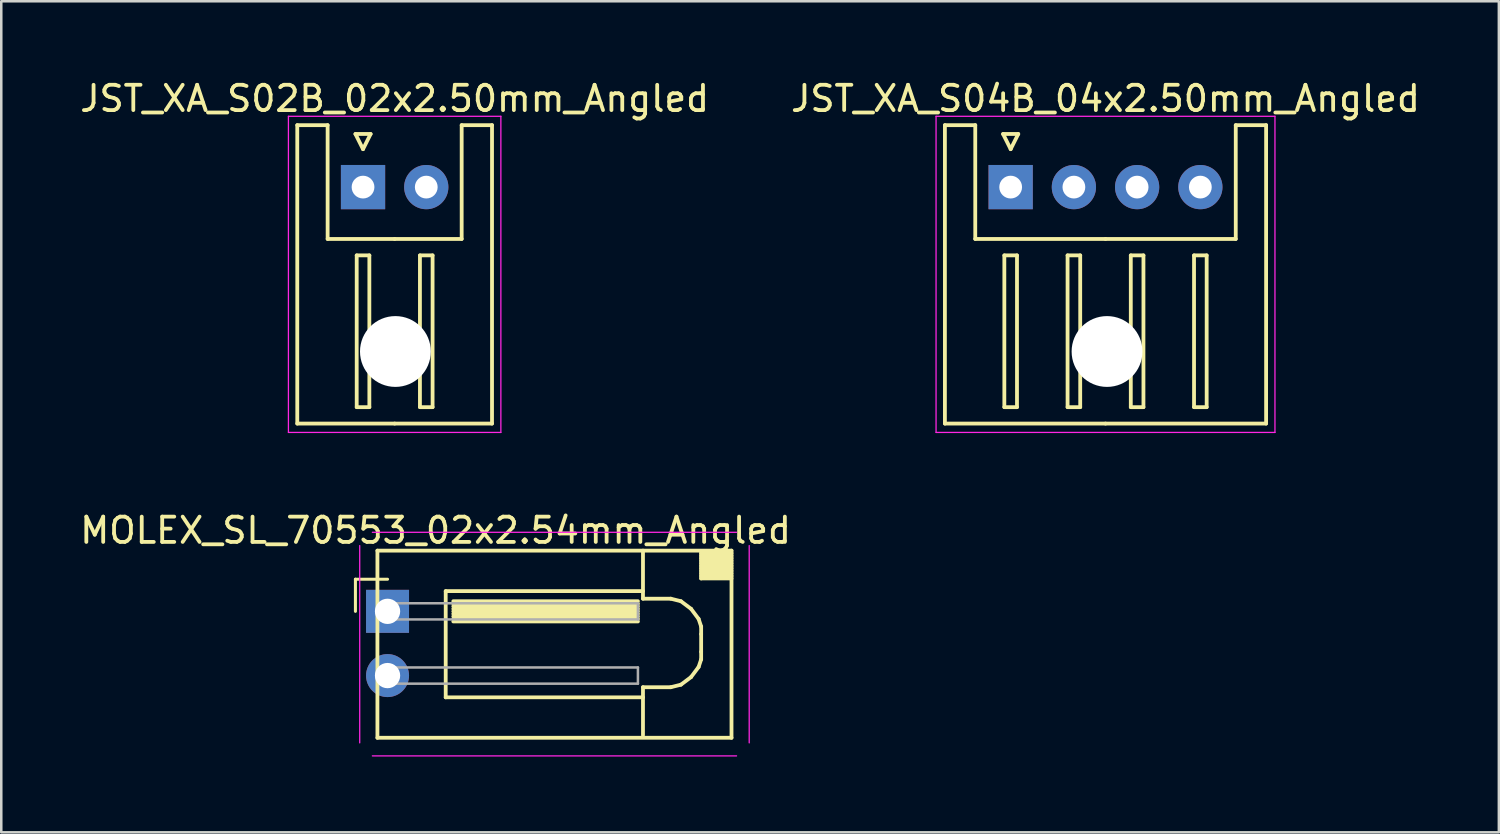
<source format=kicad_pcb>
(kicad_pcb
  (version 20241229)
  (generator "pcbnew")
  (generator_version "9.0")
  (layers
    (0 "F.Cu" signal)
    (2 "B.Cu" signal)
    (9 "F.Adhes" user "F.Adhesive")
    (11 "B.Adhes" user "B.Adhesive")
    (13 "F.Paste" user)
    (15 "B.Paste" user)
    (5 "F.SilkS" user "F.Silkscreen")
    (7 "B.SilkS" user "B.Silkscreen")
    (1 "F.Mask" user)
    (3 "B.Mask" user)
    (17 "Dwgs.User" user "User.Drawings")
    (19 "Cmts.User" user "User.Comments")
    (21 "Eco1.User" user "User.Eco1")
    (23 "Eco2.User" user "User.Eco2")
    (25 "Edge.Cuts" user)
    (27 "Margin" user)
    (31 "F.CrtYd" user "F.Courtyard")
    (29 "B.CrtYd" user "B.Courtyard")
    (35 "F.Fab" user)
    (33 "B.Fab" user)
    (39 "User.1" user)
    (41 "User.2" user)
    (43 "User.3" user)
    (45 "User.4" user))
  (footprint "MOLEX_SL_70553_02x2.54mm_Angled"
    (layer "F.Cu")
    (at 12.273 21.122)
    (property "Reference" "MOLEX_SL_70553_02x2.54mm_Angled" (at 1.9 -3.2 0) (layer "F.SilkS") (effects (font (size 1 1) (thickness 0.15))))
    (attr through_hole)
    (fp_line (start -1.27 -1.27) (end 0 -1.27) (stroke (width 0.12) (type solid)) (layer "F.SilkS"))
    (fp_line (start -1.27 0) (end -1.27 -1.27) (stroke (width 0.12) (type solid)) (layer "F.SilkS"))
    (fp_line (start -0.4 -2.4) (end 13.6 -2.4) (stroke (width 0.15) (type solid)) (layer "F.SilkS"))
    (fp_line (start -0.4 5) (end -0.4 -2.4) (stroke (width 0.15) (type solid)) (layer "F.SilkS"))
    (fp_line (start 2.3 -0.8) (end 2.3 3.4) (stroke (width 0.15) (type solid)) (layer "F.SilkS"))
    (fp_line (start 2.3 3.4) (end 10.1 3.4) (stroke (width 0.15) (type solid)) (layer "F.SilkS"))
    (fp_line (start 2.6 -0.4) (end 9.9 -0.4) (stroke (width 0.15) (type solid)) (layer "F.SilkS"))
    (fp_line (start 2.6 -0.3) (end 9.9 -0.3) (stroke (width 0.15) (type solid)) (layer "F.SilkS"))
    (fp_line (start 2.6 -0.2) (end 9.9 -0.2) (stroke (width 0.15) (type solid)) (layer "F.SilkS"))
    (fp_line (start 2.6 -0.1) (end 9.9 -0.1) (stroke (width 0.15) (type solid)) (layer "F.SilkS"))
    (fp_line (start 2.6 0) (end 9.9 0) (stroke (width 0.15) (type solid)) (layer "F.SilkS"))
    (fp_line (start 2.6 0.1) (end 9.9 0.1) (stroke (width 0.15) (type solid)) (layer "F.SilkS"))
    (fp_line (start 2.6 0.2) (end 9.9 0.2) (stroke (width 0.15) (type solid)) (layer "F.SilkS"))
    (fp_line (start 2.6 0.3) (end 9.9 0.3) (stroke (width 0.15) (type solid)) (layer "F.SilkS"))
    (fp_line (start 2.6 0.4) (end 9.9 0.4) (stroke (width 0.15) (type solid)) (layer "F.SilkS"))
    (fp_line (start 10.1 -2.4) (end 10.1 -0.5) (stroke (width 0.15) (type solid)) (layer "F.SilkS"))
    (fp_line (start 10.1 -0.8) (end 2.3 -0.8) (stroke (width 0.15) (type solid)) (layer "F.SilkS"))
    (fp_line (start 10.1 -0.5) (end 11.2 -0.5) (stroke (width 0.15) (type solid)) (layer "F.SilkS"))
    (fp_line (start 10.1 3) (end 11.2 3) (stroke (width 0.15) (type solid)) (layer "F.SilkS"))
    (fp_line (start 10.1 4.9) (end 10.1 3) (stroke (width 0.15) (type solid)) (layer "F.SilkS"))
    (fp_line (start 11.2 -0.5) (end 11.6 -0.4) (stroke (width 0.15) (type solid)) (layer "F.SilkS"))
    (fp_line (start 11.2 3) (end 11.6 2.9) (stroke (width 0.15) (type solid)) (layer "F.SilkS"))
    (fp_line (start 11.6 -0.4) (end 12 -0.1) (stroke (width 0.15) (type solid)) (layer "F.SilkS"))
    (fp_line (start 11.6 2.9) (end 12 2.6) (stroke (width 0.15) (type solid)) (layer "F.SilkS"))
    (fp_line (start 12 -0.1) (end 12.3 0.3) (stroke (width 0.15) (type solid)) (layer "F.SilkS"))
    (fp_line (start 12 2.6) (end 12.3 2.2) (stroke (width 0.15) (type solid)) (layer "F.SilkS"))
    (fp_line (start 12.3 0.3) (end 12.4 0.6) (stroke (width 0.15) (type solid)) (layer "F.SilkS"))
    (fp_line (start 12.3 2.2) (end 12.4 1.9) (stroke (width 0.15) (type solid)) (layer "F.SilkS"))
    (fp_line (start 12.4 -2.3) (end 12.4 -1.3) (stroke (width 0.15) (type solid)) (layer "F.SilkS"))
    (fp_line (start 12.4 -2.3) (end 13.6 -2.3) (stroke (width 0.15) (type solid)) (layer "F.SilkS"))
    (fp_line (start 12.4 -2.2) (end 13.6 -2.2) (stroke (width 0.15) (type solid)) (layer "F.SilkS"))
    (fp_line (start 12.4 -2.1) (end 13.6 -2.1) (stroke (width 0.15) (type solid)) (layer "F.SilkS"))
    (fp_line (start 12.4 -2) (end 13.6 -2) (stroke (width 0.15) (type solid)) (layer "F.SilkS"))
    (fp_line (start 12.4 -1.9) (end 13.6 -1.9) (stroke (width 0.15) (type solid)) (layer "F.SilkS"))
    (fp_line (start 12.4 -1.8) (end 13.6 -1.8) (stroke (width 0.15) (type solid)) (layer "F.SilkS"))
    (fp_line (start 12.4 -1.7) (end 13.6 -1.7) (stroke (width 0.15) (type solid)) (layer "F.SilkS"))
    (fp_line (start 12.4 -1.6) (end 13.6 -1.6) (stroke (width 0.15) (type solid)) (layer "F.SilkS"))
    (fp_line (start 12.4 -1.5) (end 13.6 -1.5) (stroke (width 0.15) (type solid)) (layer "F.SilkS"))
    (fp_line (start 12.4 -1.4) (end 13.6 -1.4) (stroke (width 0.15) (type solid)) (layer "F.SilkS"))
    (fp_line (start 12.4 -1.3) (end 13.6 -1.3) (stroke (width 0.15) (type solid)) (layer "F.SilkS"))
    (fp_line (start 12.4 0.6) (end 12.4 0.9) (stroke (width 0.15) (type solid)) (layer "F.SilkS"))
    (fp_line (start 12.4 1.6) (end 12.4 0.9) (stroke (width 0.15) (type solid)) (layer "F.SilkS"))
    (fp_line (start 12.4 1.9) (end 12.4 1.6) (stroke (width 0.15) (type solid)) (layer "F.SilkS"))
    (fp_line (start 13.6 -2.4) (end 13.6 5) (stroke (width 0.15) (type solid)) (layer "F.SilkS"))
    (fp_line (start 13.6 5) (end -0.4 5) (stroke (width 0.15) (type solid)) (layer "F.SilkS"))
    (fp_line (start -1.1 -2.6) (end -1.1 5.2) (stroke (width 0.05) (type solid)) (layer "F.CrtYd"))
    (fp_line (start -0.6 -3.125) (end 13.8 -3.125) (stroke (width 0.05) (type solid)) (layer "F.CrtYd"))
    (fp_line (start -0.6 5.715) (end 13.8 5.715) (stroke (width 0.05) (type solid)) (layer "F.CrtYd"))
    (fp_line (start 14.3 -2.6) (end 14.3 5.2) (stroke (width 0.05) (type solid)) (layer "F.CrtYd"))
    (fp_line (start 0 -0.32) (end 0 0.32) (stroke (width 0.1) (type solid)) (layer "F.Fab"))
    (fp_line (start 0 0.32) (end 9.9 0.32) (stroke (width 0.1) (type solid)) (layer "F.Fab"))
    (fp_line (start 0 2.22) (end 0 2.86) (stroke (width 0.1) (type solid)) (layer "F.Fab"))
    (fp_line (start 0 2.86) (end 9.9 2.86) (stroke (width 0.1) (type solid)) (layer "F.Fab"))
    (fp_line (start 9.9 -0.32) (end 0 -0.32) (stroke (width 0.1) (type solid)) (layer "F.Fab"))
    (fp_line (start 9.9 0.32) (end 9.9 -0.32) (stroke (width 0.1) (type solid)) (layer "F.Fab"))
    (fp_line (start 9.9 2.22) (end 0 2.22) (stroke (width 0.1) (type solid)) (layer "F.Fab"))
    (fp_line (start 9.9 2.86) (end 9.9 2.22) (stroke (width 0.1) (type solid)) (layer "F.Fab"))
    (pad "1" thru_hole rect (at 0 0) (size 1.7 1.7) (drill 1) (layers "*.Cu" "*.Mask"))
    (pad "2" thru_hole oval (at 0 2.54) (size 1.7 1.7) (drill 1) (layers "*.Cu" "*.Mask")))
  (footprint "JST_XA_S04B_04x2.50mm_Angled"
    (layer "F.Cu")
    (at 36.911 4.348)
    (property "Reference" "JST_XA_S04B_04x2.50mm_Angled" (at 3.75 -3.5 0) (layer "F.SilkS") (effects (font (size 1 1) (thickness 0.15))))
    (attr through_hole)
    (fp_line (start -2.6 -2.45) (end -1.4 -2.45) (stroke (width 0.15) (type solid)) (layer "F.SilkS"))
    (fp_line (start -2.6 9.35) (end -2.6 -2.45) (stroke (width 0.15) (type solid)) (layer "F.SilkS"))
    (fp_line (start -1.4 -2.45) (end -1.4 2.05) (stroke (width 0.15) (type solid)) (layer "F.SilkS"))
    (fp_line (start -1.4 2.05) (end 3.75 2.05) (stroke (width 0.15) (type solid)) (layer "F.SilkS"))
    (fp_line (start -0.3 -2.1) (end 0.3 -2.1) (stroke (width 0.15) (type solid)) (layer "F.SilkS"))
    (fp_line (start -0.25 2.7) (end -0.25 8.7) (stroke (width 0.15) (type solid)) (layer "F.SilkS"))
    (fp_line (start -0.25 8.7) (end 0.25 8.7) (stroke (width 0.15) (type solid)) (layer "F.SilkS"))
    (fp_line (start 0 -1.5) (end -0.3 -2.1) (stroke (width 0.15) (type solid)) (layer "F.SilkS"))
    (fp_line (start 0.25 2.7) (end -0.25 2.7) (stroke (width 0.15) (type solid)) (layer "F.SilkS"))
    (fp_line (start 0.25 8.7) (end 0.25 2.7) (stroke (width 0.15) (type solid)) (layer "F.SilkS"))
    (fp_line (start 0.3 -2.1) (end 0 -1.5) (stroke (width 0.15) (type solid)) (layer "F.SilkS"))
    (fp_line (start 2.25 2.7) (end 2.25 8.7) (stroke (width 0.15) (type solid)) (layer "F.SilkS"))
    (fp_line (start 2.25 8.7) (end 2.75 8.7) (stroke (width 0.15) (type solid)) (layer "F.SilkS"))
    (fp_line (start 2.75 2.7) (end 2.25 2.7) (stroke (width 0.15) (type solid)) (layer "F.SilkS"))
    (fp_line (start 2.75 8.7) (end 2.75 2.7) (stroke (width 0.15) (type solid)) (layer "F.SilkS"))
    (fp_line (start 3.75 9.35) (end -2.6 9.35) (stroke (width 0.15) (type solid)) (layer "F.SilkS"))
    (fp_line (start 3.75 9.35) (end 10.1 9.35) (stroke (width 0.15) (type solid)) (layer "F.SilkS"))
    (fp_line (start 4.75 2.7) (end 4.75 8.7) (stroke (width 0.15) (type solid)) (layer "F.SilkS"))
    (fp_line (start 4.75 8.7) (end 5.25 8.7) (stroke (width 0.15) (type solid)) (layer "F.SilkS"))
    (fp_line (start 5.25 2.7) (end 4.75 2.7) (stroke (width 0.15) (type solid)) (layer "F.SilkS"))
    (fp_line (start 5.25 8.7) (end 5.25 2.7) (stroke (width 0.15) (type solid)) (layer "F.SilkS"))
    (fp_line (start 7.25 2.7) (end 7.25 8.7) (stroke (width 0.15) (type solid)) (layer "F.SilkS"))
    (fp_line (start 7.25 8.7) (end 7.75 8.7) (stroke (width 0.15) (type solid)) (layer "F.SilkS"))
    (fp_line (start 7.75 2.7) (end 7.25 2.7) (stroke (width 0.15) (type solid)) (layer "F.SilkS"))
    (fp_line (start 7.75 8.7) (end 7.75 2.7) (stroke (width 0.15) (type solid)) (layer "F.SilkS"))
    (fp_line (start 8.9 -2.45) (end 8.9 2.05) (stroke (width 0.15) (type solid)) (layer "F.SilkS"))
    (fp_line (start 8.9 2.05) (end 3.75 2.05) (stroke (width 0.15) (type solid)) (layer "F.SilkS"))
    (fp_line (start 10.1 -2.45) (end 8.9 -2.45) (stroke (width 0.15) (type solid)) (layer "F.SilkS"))
    (fp_line (start 10.1 9.35) (end 10.1 -2.45) (stroke (width 0.15) (type solid)) (layer "F.SilkS"))
    (fp_line (start -2.95 -2.8) (end -2.95 9.7) (stroke (width 0.05) (type solid)) (layer "F.CrtYd"))
    (fp_line (start -2.95 9.7) (end 10.45 9.7) (stroke (width 0.05) (type solid)) (layer "F.CrtYd"))
    (fp_line (start 10.45 -2.8) (end -2.95 -2.8) (stroke (width 0.05) (type solid)) (layer "F.CrtYd"))
    (fp_line (start 10.45 9.7) (end 10.45 -2.8) (stroke (width 0.05) (type solid)) (layer "F.CrtYd"))
    (pad "" np_thru_hole circle (at 3.81 6.5) (size 2.8 2.8) (drill 2.8) (layers "*.Cu"))
    (pad "1" thru_hole rect (at 0 0) (size 1.75 1.75) (drill 0.9) (layers "*.Cu" "*.Mask"))
    (pad "2" thru_hole circle (at 2.5 0) (size 1.75 1.75) (drill 0.9) (layers "*.Cu" "*.Mask"))
    (pad "3" thru_hole circle (at 5 0) (size 1.75 1.75) (drill 0.9) (layers "*.Cu" "*.Mask"))
    (pad "4" thru_hole circle (at 7.5 0) (size 1.75 1.75) (drill 0.9) (layers "*.Cu" "*.Mask")))
  (footprint "JST_XA_S02B_02x2.50mm_Angled"
    (layer "F.Cu")
    (at 11.304 4.348)
    (property "Reference" "JST_XA_S02B_02x2.50mm_Angled" (at 1.25 -3.5 0) (layer "F.SilkS") (effects (font (size 1 1) (thickness 0.15))))
    (attr through_hole)
    (fp_line (start -2.6 -2.45) (end -1.4 -2.45) (stroke (width 0.15) (type solid)) (layer "F.SilkS"))
    (fp_line (start -2.6 9.35) (end -2.6 -2.45) (stroke (width 0.15) (type solid)) (layer "F.SilkS"))
    (fp_line (start -1.4 -2.45) (end -1.4 2.05) (stroke (width 0.15) (type solid)) (layer "F.SilkS"))
    (fp_line (start -1.4 2.05) (end 1.25 2.05) (stroke (width 0.15) (type solid)) (layer "F.SilkS"))
    (fp_line (start -0.3 -2.1) (end 0.3 -2.1) (stroke (width 0.15) (type solid)) (layer "F.SilkS"))
    (fp_line (start -0.25 2.7) (end -0.25 8.7) (stroke (width 0.15) (type solid)) (layer "F.SilkS"))
    (fp_line (start -0.25 8.7) (end 0.25 8.7) (stroke (width 0.15) (type solid)) (layer "F.SilkS"))
    (fp_line (start 0 -1.5) (end -0.3 -2.1) (stroke (width 0.15) (type solid)) (layer "F.SilkS"))
    (fp_line (start 0.25 2.7) (end -0.25 2.7) (stroke (width 0.15) (type solid)) (layer "F.SilkS"))
    (fp_line (start 0.25 8.7) (end 0.25 2.7) (stroke (width 0.15) (type solid)) (layer "F.SilkS"))
    (fp_line (start 0.3 -2.1) (end 0 -1.5) (stroke (width 0.15) (type solid)) (layer "F.SilkS"))
    (fp_line (start 1.25 9.35) (end -2.6 9.35) (stroke (width 0.15) (type solid)) (layer "F.SilkS"))
    (fp_line (start 1.25 9.35) (end 5.1 9.35) (stroke (width 0.15) (type solid)) (layer "F.SilkS"))
    (fp_line (start 2.25 2.7) (end 2.25 8.7) (stroke (width 0.15) (type solid)) (layer "F.SilkS"))
    (fp_line (start 2.25 8.7) (end 2.75 8.7) (stroke (width 0.15) (type solid)) (layer "F.SilkS"))
    (fp_line (start 2.75 2.7) (end 2.25 2.7) (stroke (width 0.15) (type solid)) (layer "F.SilkS"))
    (fp_line (start 2.75 8.7) (end 2.75 2.7) (stroke (width 0.15) (type solid)) (layer "F.SilkS"))
    (fp_line (start 3.9 -2.45) (end 3.9 2.05) (stroke (width 0.15) (type solid)) (layer "F.SilkS"))
    (fp_line (start 3.9 2.05) (end 1.25 2.05) (stroke (width 0.15) (type solid)) (layer "F.SilkS"))
    (fp_line (start 5.1 -2.45) (end 3.9 -2.45) (stroke (width 0.15) (type solid)) (layer "F.SilkS"))
    (fp_line (start 5.1 9.35) (end 5.1 -2.45) (stroke (width 0.15) (type solid)) (layer "F.SilkS"))
    (fp_line (start -2.95 -2.8) (end -2.95 9.7) (stroke (width 0.05) (type solid)) (layer "F.CrtYd"))
    (fp_line (start -2.95 9.7) (end 5.45 9.7) (stroke (width 0.05) (type solid)) (layer "F.CrtYd"))
    (fp_line (start 5.45 -2.8) (end -2.95 -2.8) (stroke (width 0.05) (type solid)) (layer "F.CrtYd"))
    (fp_line (start 5.45 9.7) (end 5.45 -2.8) (stroke (width 0.05) (type solid)) (layer "F.CrtYd"))
    (pad "" np_thru_hole circle (at 1.28 6.5) (size 2.8 2.8) (drill 2.8) (layers "*.Cu"))
    (pad "1" thru_hole rect (at 0 0) (size 1.75 1.75) (drill 0.9) (layers "*.Cu" "*.Mask"))
    (pad "2" thru_hole circle (at 2.5 0) (size 1.75 1.75) (drill 0.9) (layers "*.Cu" "*.Mask")))
  (gr_rect
    (start -3 -3)
    (end 56.214 29.861)
    (stroke (width 0.1) (type default))
    (fill no)
    (layer "Edge.Cuts")))
</source>
